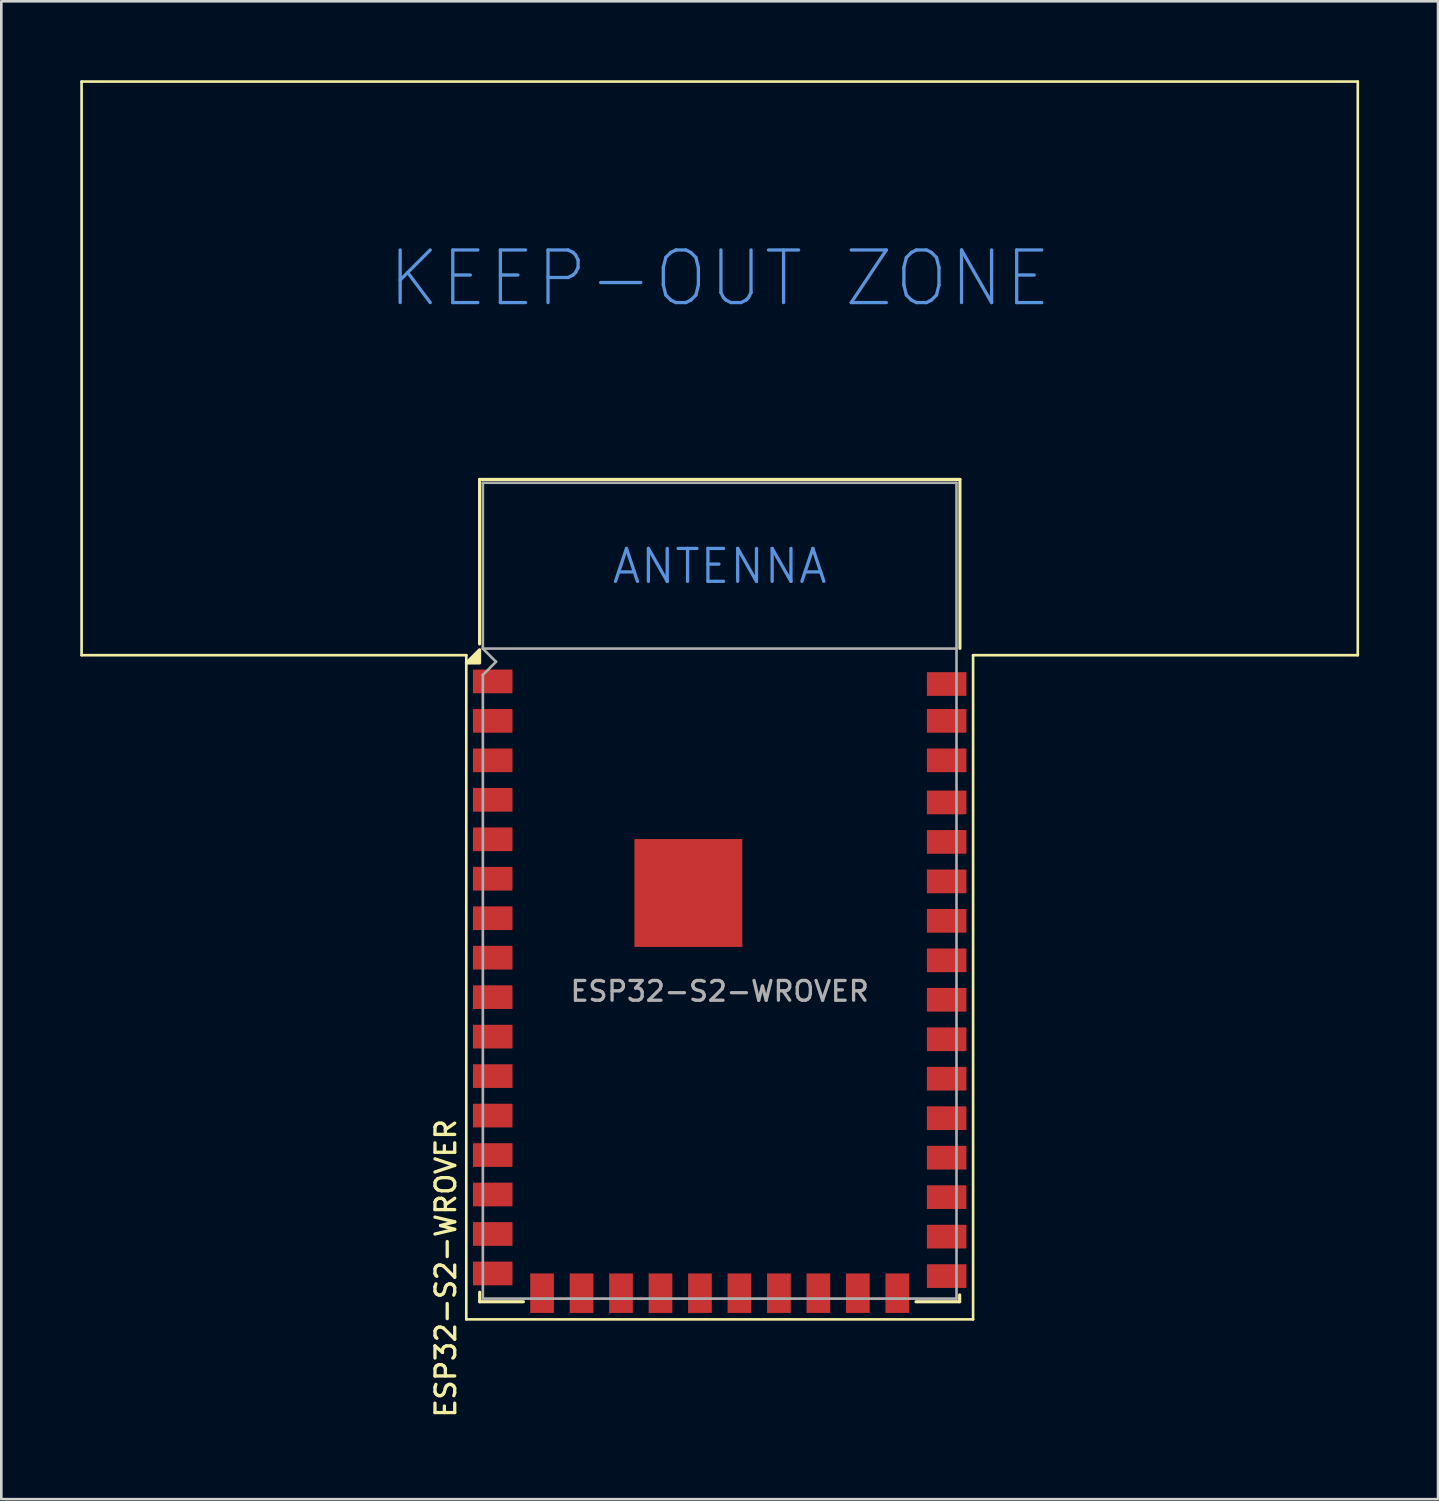
<source format=kicad_pcb>
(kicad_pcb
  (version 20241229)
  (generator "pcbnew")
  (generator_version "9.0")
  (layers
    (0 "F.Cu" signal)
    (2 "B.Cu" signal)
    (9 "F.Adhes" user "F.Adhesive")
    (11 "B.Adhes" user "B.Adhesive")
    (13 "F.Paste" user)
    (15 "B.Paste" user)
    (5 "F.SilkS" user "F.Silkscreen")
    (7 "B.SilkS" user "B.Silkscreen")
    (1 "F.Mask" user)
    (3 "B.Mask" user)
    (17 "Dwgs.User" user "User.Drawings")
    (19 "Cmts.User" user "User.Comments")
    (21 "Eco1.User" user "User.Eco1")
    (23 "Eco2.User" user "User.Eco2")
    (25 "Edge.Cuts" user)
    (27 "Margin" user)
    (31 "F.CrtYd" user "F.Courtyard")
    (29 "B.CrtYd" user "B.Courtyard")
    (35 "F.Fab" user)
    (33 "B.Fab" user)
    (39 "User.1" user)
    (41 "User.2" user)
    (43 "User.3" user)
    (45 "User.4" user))
  (footprint "ESP32-S2-WROVER"
    (layer "F.Cu")
    (at 24.3 34.62)
    (property "Reference" "ESP32-S2-WROVER" (at -10.41 10.53 90) (layer "F.SilkS") (effects (font (size 0.75 0.75) (thickness 0.125))))
    (attr smd)
    (fp_line (start -24.25 -34.57) (end -24.25 -12.77) (stroke (width 0.1) (type solid)) (layer "F.SilkS"))
    (fp_line (start -24.25 -12.77) (end -9.63 -12.77) (stroke (width 0.1) (type solid)) (layer "F.SilkS"))
    (fp_line (start -9.63 -12.77) (end -9.63 12.47) (stroke (width 0.1) (type solid)) (layer "F.SilkS"))
    (fp_line (start -9.63 12.47) (end 9.63 12.47) (stroke (width 0.1) (type solid)) (layer "F.SilkS"))
    (fp_line (start -9.125 -19.45) (end 9.13 -19.45) (stroke (width 0.12) (type solid)) (layer "F.SilkS"))
    (fp_line (start -9.125 -13.2) (end -9.125 -19.45) (stroke (width 0.12) (type solid)) (layer "F.SilkS"))
    (fp_line (start -9.12 11.44) (end -9.12 11.8) (stroke (width 0.12) (type solid)) (layer "F.SilkS"))
    (fp_line (start -9.12 11.8) (end -7.46 11.8) (stroke (width 0.12) (type solid)) (layer "F.SilkS"))
    (fp_line (start 9.12 11.54) (end 9.12 11.8) (stroke (width 0.12) (type solid)) (layer "F.SilkS"))
    (fp_line (start 9.12 11.8) (end 7.46 11.8) (stroke (width 0.12) (type solid)) (layer "F.SilkS"))
    (fp_line (start 9.13 -13.03) (end 9.13 -19.45) (stroke (width 0.12) (type solid)) (layer "F.SilkS"))
    (fp_line (start 9.63 -12.77) (end 24.25 -12.77) (stroke (width 0.1) (type solid)) (layer "F.SilkS"))
    (fp_line (start 9.63 12.47) (end 9.63 -12.77) (stroke (width 0.1) (type solid)) (layer "F.SilkS"))
    (fp_line (start 24.25 -34.57) (end -24.25 -34.57) (stroke (width 0.1) (type solid)) (layer "F.SilkS"))
    (fp_line (start 24.25 -12.77) (end 24.25 -34.57) (stroke (width 0.1) (type solid)) (layer "F.SilkS"))
    (fp_poly (pts (xy -9.125 -12.475) (xy -9.625 -12.475) (xy -9.125 -12.975) (xy -9.125 -12.475)) (stroke (width 0.12) (type solid)) (fill yes) (layer "F.SilkS"))
    (fp_line (start -9 -19.323) (end 9 -19.323) (stroke (width 0.1) (type solid)) (layer "F.Fab"))
    (fp_line (start -9 -19.32) (end -9 -13.02) (stroke (width 0.1) (type solid)) (layer "F.Fab"))
    (fp_line (start -9 -12.02) (end -9 11.68) (stroke (width 0.1) (type solid)) (layer "F.Fab"))
    (fp_line (start -9 -12.02) (end -8.5 -12.52) (stroke (width 0.1) (type solid)) (layer "F.Fab"))
    (fp_line (start -9 11.68) (end 9 11.68) (stroke (width 0.1) (type solid)) (layer "F.Fab"))
    (fp_line (start -8.5 -12.52) (end -9 -13.02) (stroke (width 0.1) (type solid)) (layer "F.Fab"))
    (fp_line (start 9 -19.32) (end 9 11.68) (stroke (width 0.1) (type solid)) (layer "F.Fab"))
    (fp_line (start 9 -13.023) (end -9 -13.023) (stroke (width 0.1) (type solid)) (layer "F.Fab"))
    (fp_text user "KEEP-OUT ZONE" (at 0 -27.09 0) (layer "Cmts.User") (effects (font (size 2 2) (thickness 0.125))))
    (fp_text user "ANTENNA" (at 0 -16.15 0) (layer "Cmts.User") (effects (font (size 1.25 1.25) (thickness 0.125))))
    (fp_text user "${REFERENCE}" (at 0 0 0) (layer "F.Fab") (effects (font (size 0.75 0.75) (thickness 0.125))))
    (pad "" smd roundrect (at -2.52 -5.065) (size 1.07 1.07) (layers "F.Paste") (roundrect_rratio 0.234))
    (pad "" smd roundrect (at -2.52 -3.735) (size 1.07 1.07) (layers "F.Paste") (roundrect_rratio 0.234))
    (pad "" smd roundrect (at -2.52 -2.405) (size 1.07 1.07) (layers "F.Paste") (roundrect_rratio 0.234))
    (pad "" smd roundrect (at -1.19 -5.065) (size 1.07 1.07) (layers "F.Paste") (roundrect_rratio 0.234))
    (pad "" smd roundrect (at -1.19 -3.735) (size 1.07 1.07) (layers "F.Paste") (roundrect_rratio 0.234))
    (pad "" smd roundrect (at -1.19 -2.405) (size 1.07 1.07) (layers "F.Paste") (roundrect_rratio 0.234))
    (pad "" smd roundrect (at 0.14 -5.065) (size 1.07 1.07) (layers "F.Paste") (roundrect_rratio 0.234))
    (pad "" smd roundrect (at 0.14 -3.735) (size 1.07 1.07) (layers "F.Paste") (roundrect_rratio 0.234))
    (pad "" smd roundrect (at 0.14 -2.405) (size 1.07 1.07) (layers "F.Paste") (roundrect_rratio 0.234))
    (pad "1" smd rect (at -8.625 -11.775) (size 1.5 0.9) (layers "F.Cu" "F.Mask" "F.Paste"))
    (pad "2" smd rect (at -8.625 -10.275) (size 1.5 0.9) (layers "F.Cu" "F.Mask" "F.Paste"))
    (pad "3" smd rect (at -8.625 -8.775) (size 1.5 0.9) (layers "F.Cu" "F.Mask" "F.Paste"))
    (pad "4" smd rect (at -8.625 -7.275) (size 1.5 0.9) (layers "F.Cu" "F.Mask" "F.Paste"))
    (pad "5" smd rect (at -8.625 -5.775) (size 1.5 0.9) (layers "F.Cu" "F.Mask" "F.Paste"))
    (pad "6" smd rect (at -8.625 -4.275) (size 1.5 0.9) (layers "F.Cu" "F.Mask" "F.Paste"))
    (pad "7" smd rect (at -8.625 -2.775) (size 1.5 0.9) (layers "F.Cu" "F.Mask" "F.Paste"))
    (pad "8" smd rect (at -8.625 -1.275) (size 1.5 0.9) (layers "F.Cu" "F.Mask" "F.Paste"))
    (pad "9" smd rect (at -8.625 0.225) (size 1.5 0.9) (layers "F.Cu" "F.Mask" "F.Paste"))
    (pad "10" smd rect (at -8.625 1.725) (size 1.5 0.9) (layers "F.Cu" "F.Mask" "F.Paste"))
    (pad "11" smd rect (at -8.625 3.225) (size 1.5 0.9) (layers "F.Cu" "F.Mask" "F.Paste"))
    (pad "12" smd rect (at -8.625 4.725) (size 1.5 0.9) (layers "F.Cu" "F.Mask" "F.Paste"))
    (pad "13" smd rect (at -8.625 6.225) (size 1.5 0.9) (layers "F.Cu" "F.Mask" "F.Paste"))
    (pad "14" smd rect (at -8.625 7.725) (size 1.5 0.9) (layers "F.Cu" "F.Mask" "F.Paste"))
    (pad "15" smd rect (at -8.625 9.225 180) (size 1.5 0.9) (layers "F.Cu" "F.Mask" "F.Paste"))
    (pad "16" smd rect (at -8.625 10.725 180) (size 1.5 0.9) (layers "F.Cu" "F.Mask" "F.Paste"))
    (pad "17" smd rect (at -6.75 11.475) (size 0.9 1.5) (layers "F.Cu" "F.Mask" "F.Paste"))
    (pad "18" smd rect (at -5.25 11.475) (size 0.9 1.5) (layers "F.Cu" "F.Mask" "F.Paste"))
    (pad "19" smd rect (at -3.75 11.475) (size 0.9 1.5) (layers "F.Cu" "F.Mask" "F.Paste"))
    (pad "20" smd rect (at -2.25 11.475) (size 0.9 1.5) (layers "F.Cu" "F.Mask" "F.Paste"))
    (pad "21" smd rect (at -0.75 11.475) (size 0.9 1.5) (layers "F.Cu" "F.Mask" "F.Paste"))
    (pad "22" smd rect (at 0.75 11.475) (size 0.9 1.5) (layers "F.Cu" "F.Mask" "F.Paste"))
    (pad "23" smd rect (at 2.25 11.475) (size 0.9 1.5) (layers "F.Cu" "F.Mask" "F.Paste"))
    (pad "24" smd rect (at 3.75 11.475) (size 0.9 1.5) (layers "F.Cu" "F.Mask" "F.Paste"))
    (pad "25" smd rect (at 5.25 11.475) (size 0.9 1.5) (layers "F.Cu" "F.Mask" "F.Paste"))
    (pad "26" smd rect (at 6.75 11.475) (size 0.9 1.5) (layers "F.Cu" "F.Mask" "F.Paste"))
    (pad "27" smd rect (at 8.625 10.825) (size 1.5 0.9) (layers "F.Cu" "F.Mask" "F.Paste"))
    (pad "28" smd rect (at 8.625 9.325) (size 1.5 0.9) (layers "F.Cu" "F.Mask" "F.Paste"))
    (pad "29" smd rect (at 8.625 7.825) (size 1.5 0.9) (layers "F.Cu" "F.Mask" "F.Paste"))
    (pad "30" smd rect (at 8.625 6.325) (size 1.5 0.9) (layers "F.Cu" "F.Mask" "F.Paste"))
    (pad "31" smd rect (at 8.625 4.825) (size 1.5 0.9) (layers "F.Cu" "F.Mask" "F.Paste"))
    (pad "32" smd rect (at 8.625 3.325) (size 1.5 0.9) (layers "F.Cu" "F.Mask" "F.Paste"))
    (pad "33" smd rect (at 8.625 1.825) (size 1.5 0.9) (layers "F.Cu" "F.Mask" "F.Paste"))
    (pad "34" smd rect (at 8.625 0.325) (size 1.5 0.9) (layers "F.Cu" "F.Mask" "F.Paste"))
    (pad "35" smd rect (at 8.625 -1.175) (size 1.5 0.9) (layers "F.Cu" "F.Mask" "F.Paste"))
    (pad "36" smd rect (at 8.625 -2.675) (size 1.5 0.9) (layers "F.Cu" "F.Mask" "F.Paste"))
    (pad "37" smd rect (at 8.625 -4.175) (size 1.5 0.9) (layers "F.Cu" "F.Mask" "F.Paste"))
    (pad "38" smd rect (at 8.625 -5.675) (size 1.5 0.9) (layers "F.Cu" "F.Mask" "F.Paste"))
    (pad "39" smd rect (at 8.625 -7.175) (size 1.5 0.9) (layers "F.Cu" "F.Mask" "F.Paste"))
    (pad "40" smd rect (at 8.625 -8.775) (size 1.5 0.9) (layers "F.Cu" "F.Mask" "F.Paste"))
    (pad "41" smd rect (at 8.625 -10.275) (size 1.5 0.9) (layers "F.Cu" "F.Mask" "F.Paste"))
    (pad "42" smd rect (at 8.625 -11.675) (size 1.5 0.9) (layers "F.Cu" "F.Mask" "F.Paste"))
    (pad "43" smd rect (at -1.19 -3.735) (size 4.1 4.1) (layers "F.Cu" "F.Mask"))
    (zone (net_name "") (layers "F.Cu" "B.Cu") (hatch full 0.508) (connect_pads) (min_thickness 0.254) (filled_areas_thickness no) (keepout (tracks not_allowed) (vias not_allowed) (pads not_allowed) (copperpour not_allowed) (footprints not_allowed)) (placement (enabled no)) (fill) (polygon (pts (xy 0.3 21.597) (xy 48.3 21.597) (xy 48.3 0.297) (xy 0.3 0.297)))))
  (gr_rect
    (start -3 -3)
    (end 51.6 53.923)
    (stroke (width 0.1) (type default))
    (fill no)
    (layer "Edge.Cuts")))
</source>
